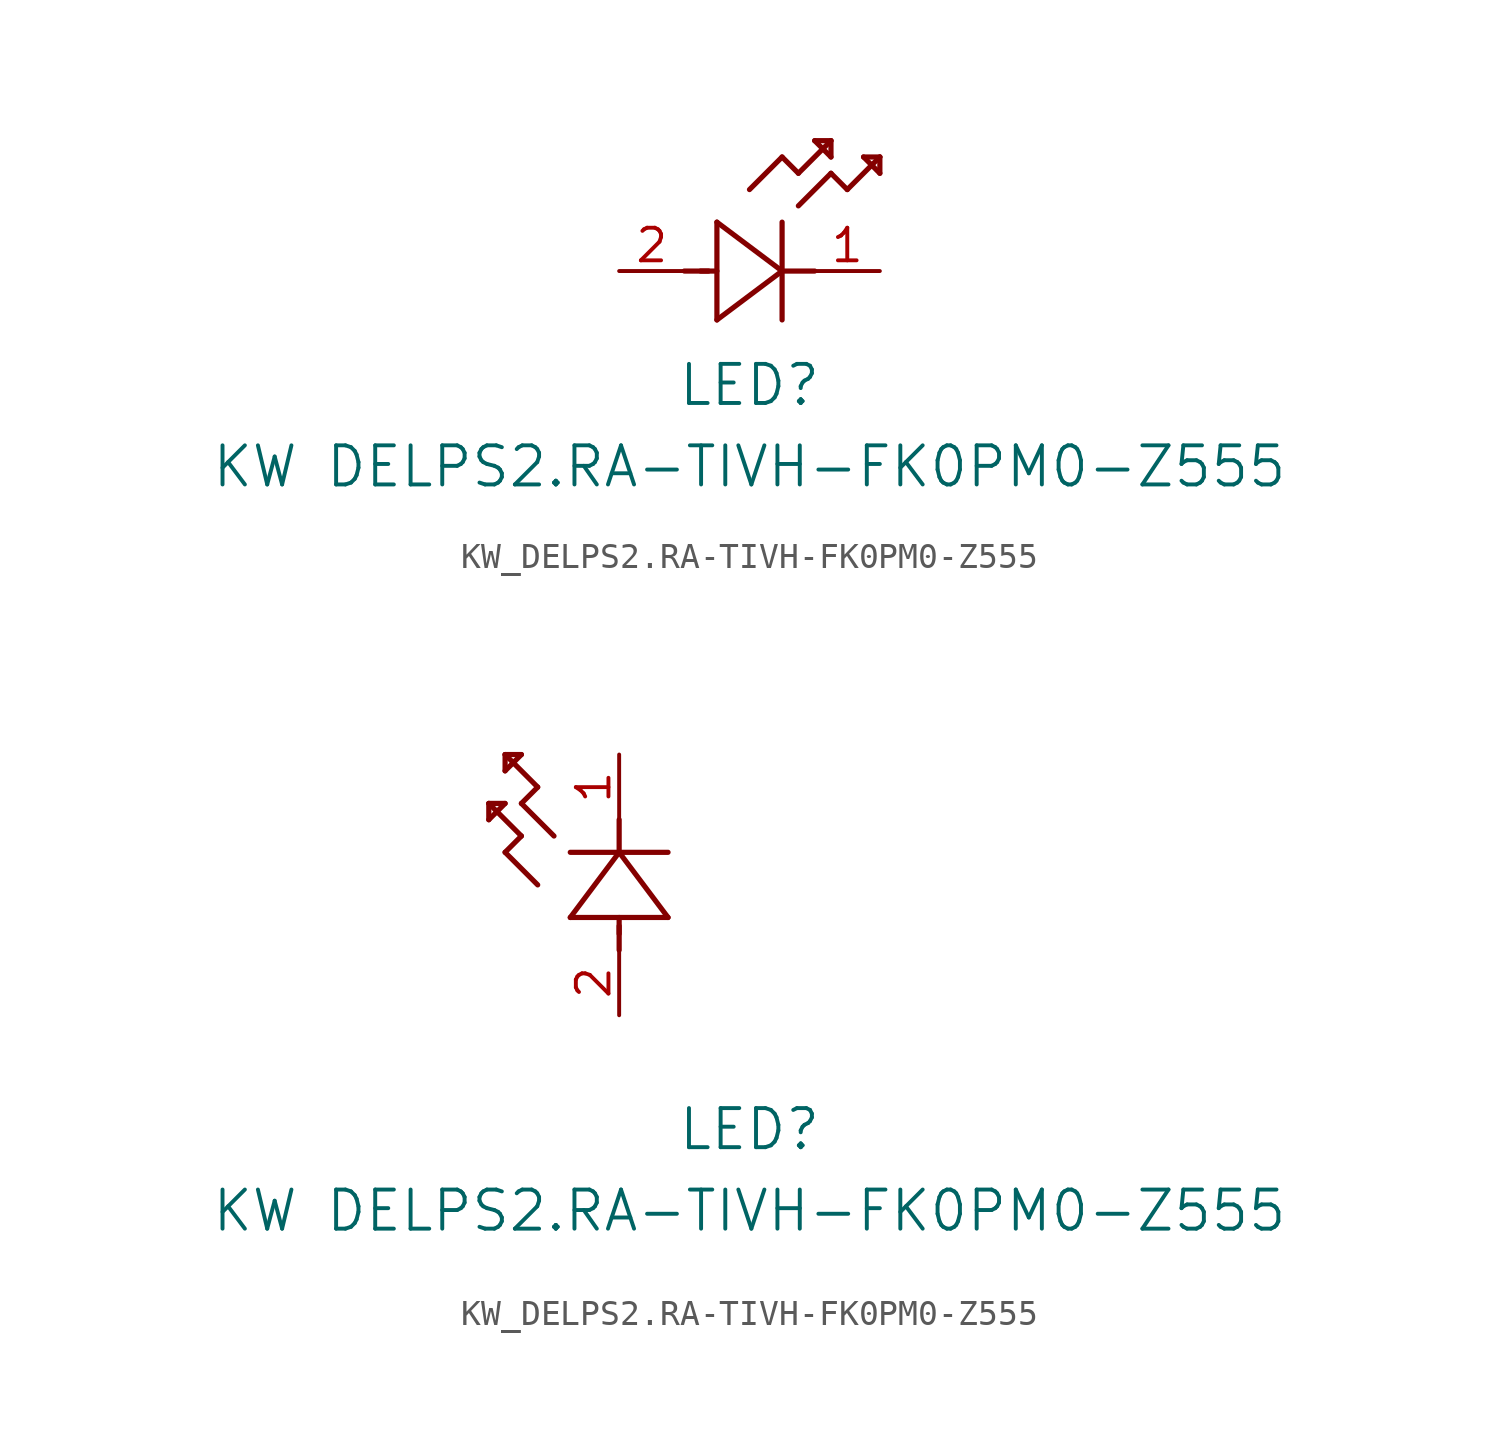
<source format=kicad_sym>
(kicad_symbol_lib
  (version 20241209)
  (generator "kicad_symbol_editor")
  (generator_version "9.0")
  (symbol "KW_DELPS2.RA-TIVH-FK0PM0-Z555"
    (pin_names
      (offset 0.254))
    (property "Reference" "LED"
      (at 5.08 -4.445 0)
      (effects (font (size 1.524 1.524))))
    (property "Value" "KW DELPS2.RA-TIVH-FK0PM0-Z555"
      (at 5.08 -7.62 0)
      (effects (font (size 1.524 1.524))))
    (symbol "KW_DELPS2.RA-TIVH-FK0PM0-Z555_1_1"
      (polyline (pts (xy 2.54 0) (xy 3.48 0)) (stroke (width 0.203) (type default)) (fill (type none)))
      (polyline (pts (xy 3.175 0) (xy 3.81 0)) (stroke (width 0.203) (type default)) (fill (type none)))
      (polyline (pts (xy 3.81 1.905) (xy 3.81 -1.905)) (stroke (width 0.203) (type default)) (fill (type none)))
      (polyline (pts (xy 3.81 -1.905) (xy 6.35 0)) (stroke (width 0.203) (type default)) (fill (type none)))
      (polyline (pts (xy 5.08 3.175) (xy 6.35 4.445)) (stroke (width 0.203) (type default)) (fill (type none)))
      (polyline (pts (xy 6.35 4.445) (xy 6.985 3.81)) (stroke (width 0.203) (type default)) (fill (type none)))
      (polyline (pts (xy 6.35 0) (xy 3.81 1.905)) (stroke (width 0.203) (type default)) (fill (type none)))
      (polyline (pts (xy 6.35 0) (xy 7.62 0)) (stroke (width 0.203) (type default)) (fill (type none)))
      (polyline (pts (xy 6.35 -1.905) (xy 6.35 1.905)) (stroke (width 0.203) (type default)) (fill (type none)))
      (polyline (pts (xy 6.985 3.81) (xy 8.255 5.08)) (stroke (width 0.203) (type default)) (fill (type none)))
      (polyline (pts (xy 6.985 2.54) (xy 8.255 3.81)) (stroke (width 0.203) (type default)) (fill (type none)))
      (polyline (pts (xy 7.62 5.08) (xy 8.255 4.445)) (stroke (width 0.203) (type default)) (fill (type none)))
      (polyline (pts (xy 8.255 5.08) (xy 7.62 5.08)) (stroke (width 0.203) (type default)) (fill (type none)))
      (polyline (pts (xy 8.255 4.445) (xy 8.255 5.08)) (stroke (width 0.203) (type default)) (fill (type none)))
      (polyline (pts (xy 8.255 3.81) (xy 8.89 3.175)) (stroke (width 0.203) (type default)) (fill (type none)))
      (polyline (pts (xy 8.89 3.175) (xy 10.16 4.445)) (stroke (width 0.203) (type default)) (fill (type none)))
      (polyline (pts (xy 9.525 4.445) (xy 10.16 3.81)) (stroke (width 0.203) (type default)) (fill (type none)))
      (polyline (pts (xy 10.16 4.445) (xy 9.525 4.445)) (stroke (width 0.203) (type default)) (fill (type none)))
      (polyline (pts (xy 10.16 3.81) (xy 10.16 4.445)) (stroke (width 0.203) (type default)) (fill (type none)))
      (pin unspecified line (at 0 0 0) (length 2.54) (name "" (effects (font (size 1.27 1.27)))) (number "2" (effects (font (size 1.27 1.27)))))
      (pin unspecified line (at 10.16 0 180) (length 2.54) (name "" (effects (font (size 1.27 1.27)))) (number "1" (effects (font (size 1.27 1.27))))))
    (symbol "KW_DELPS2.RA-TIVH-FK0PM0-Z555_1_2"
      (polyline (pts (xy -5.08 8.255) (xy -5.08 7.62)) (stroke (width 0.203) (type default)) (fill (type none)))
      (polyline (pts (xy -5.08 7.62) (xy -4.445 8.255)) (stroke (width 0.203) (type default)) (fill (type none)))
      (polyline (pts (xy -4.445 10.16) (xy -4.445 9.525)) (stroke (width 0.203) (type default)) (fill (type none)))
      (polyline (pts (xy -4.445 9.525) (xy -3.81 10.16)) (stroke (width 0.203) (type default)) (fill (type none)))
      (polyline (pts (xy -4.445 8.255) (xy -5.08 8.255)) (stroke (width 0.203) (type default)) (fill (type none)))
      (polyline (pts (xy -4.445 6.35) (xy -3.81 6.985)) (stroke (width 0.203) (type default)) (fill (type none)))
      (polyline (pts (xy -3.81 10.16) (xy -4.445 10.16)) (stroke (width 0.203) (type default)) (fill (type none)))
      (polyline (pts (xy -3.81 8.255) (xy -3.175 8.89)) (stroke (width 0.203) (type default)) (fill (type none)))
      (polyline (pts (xy -3.81 6.985) (xy -5.08 8.255)) (stroke (width 0.203) (type default)) (fill (type none)))
      (polyline (pts (xy -3.175 8.89) (xy -4.445 10.16)) (stroke (width 0.203) (type default)) (fill (type none)))
      (polyline (pts (xy -3.175 5.08) (xy -4.445 6.35)) (stroke (width 0.203) (type default)) (fill (type none)))
      (polyline (pts (xy -2.54 6.985) (xy -3.81 8.255)) (stroke (width 0.203) (type default)) (fill (type none)))
      (polyline (pts (xy -1.905 3.81) (xy 1.905 3.81)) (stroke (width 0.203) (type default)) (fill (type none)))
      (polyline (pts (xy 0 6.35) (xy -1.905 3.81)) (stroke (width 0.203) (type default)) (fill (type none)))
      (polyline (pts (xy 0 6.35) (xy 0 7.62)) (stroke (width 0.203) (type default)) (fill (type none)))
      (polyline (pts (xy 0 3.175) (xy 0 3.81)) (stroke (width 0.203) (type default)) (fill (type none)))
      (polyline (pts (xy 0 2.54) (xy 0 3.48)) (stroke (width 0.203) (type default)) (fill (type none)))
      (polyline (pts (xy 1.905 6.35) (xy -1.905 6.35)) (stroke (width 0.203) (type default)) (fill (type none)))
      (polyline (pts (xy 1.905 3.81) (xy 0 6.35)) (stroke (width 0.203) (type default)) (fill (type none)))
      (pin unspecified line (at 0 10.16 270) (length 2.54) (name "" (effects (font (size 1.27 1.27)))) (number "1" (effects (font (size 1.27 1.27)))))
      (pin unspecified line (at 0 0 90) (length 2.54) (name "" (effects (font (size 1.27 1.27)))) (number "2" (effects (font (size 1.27 1.27))))))))
</source>
